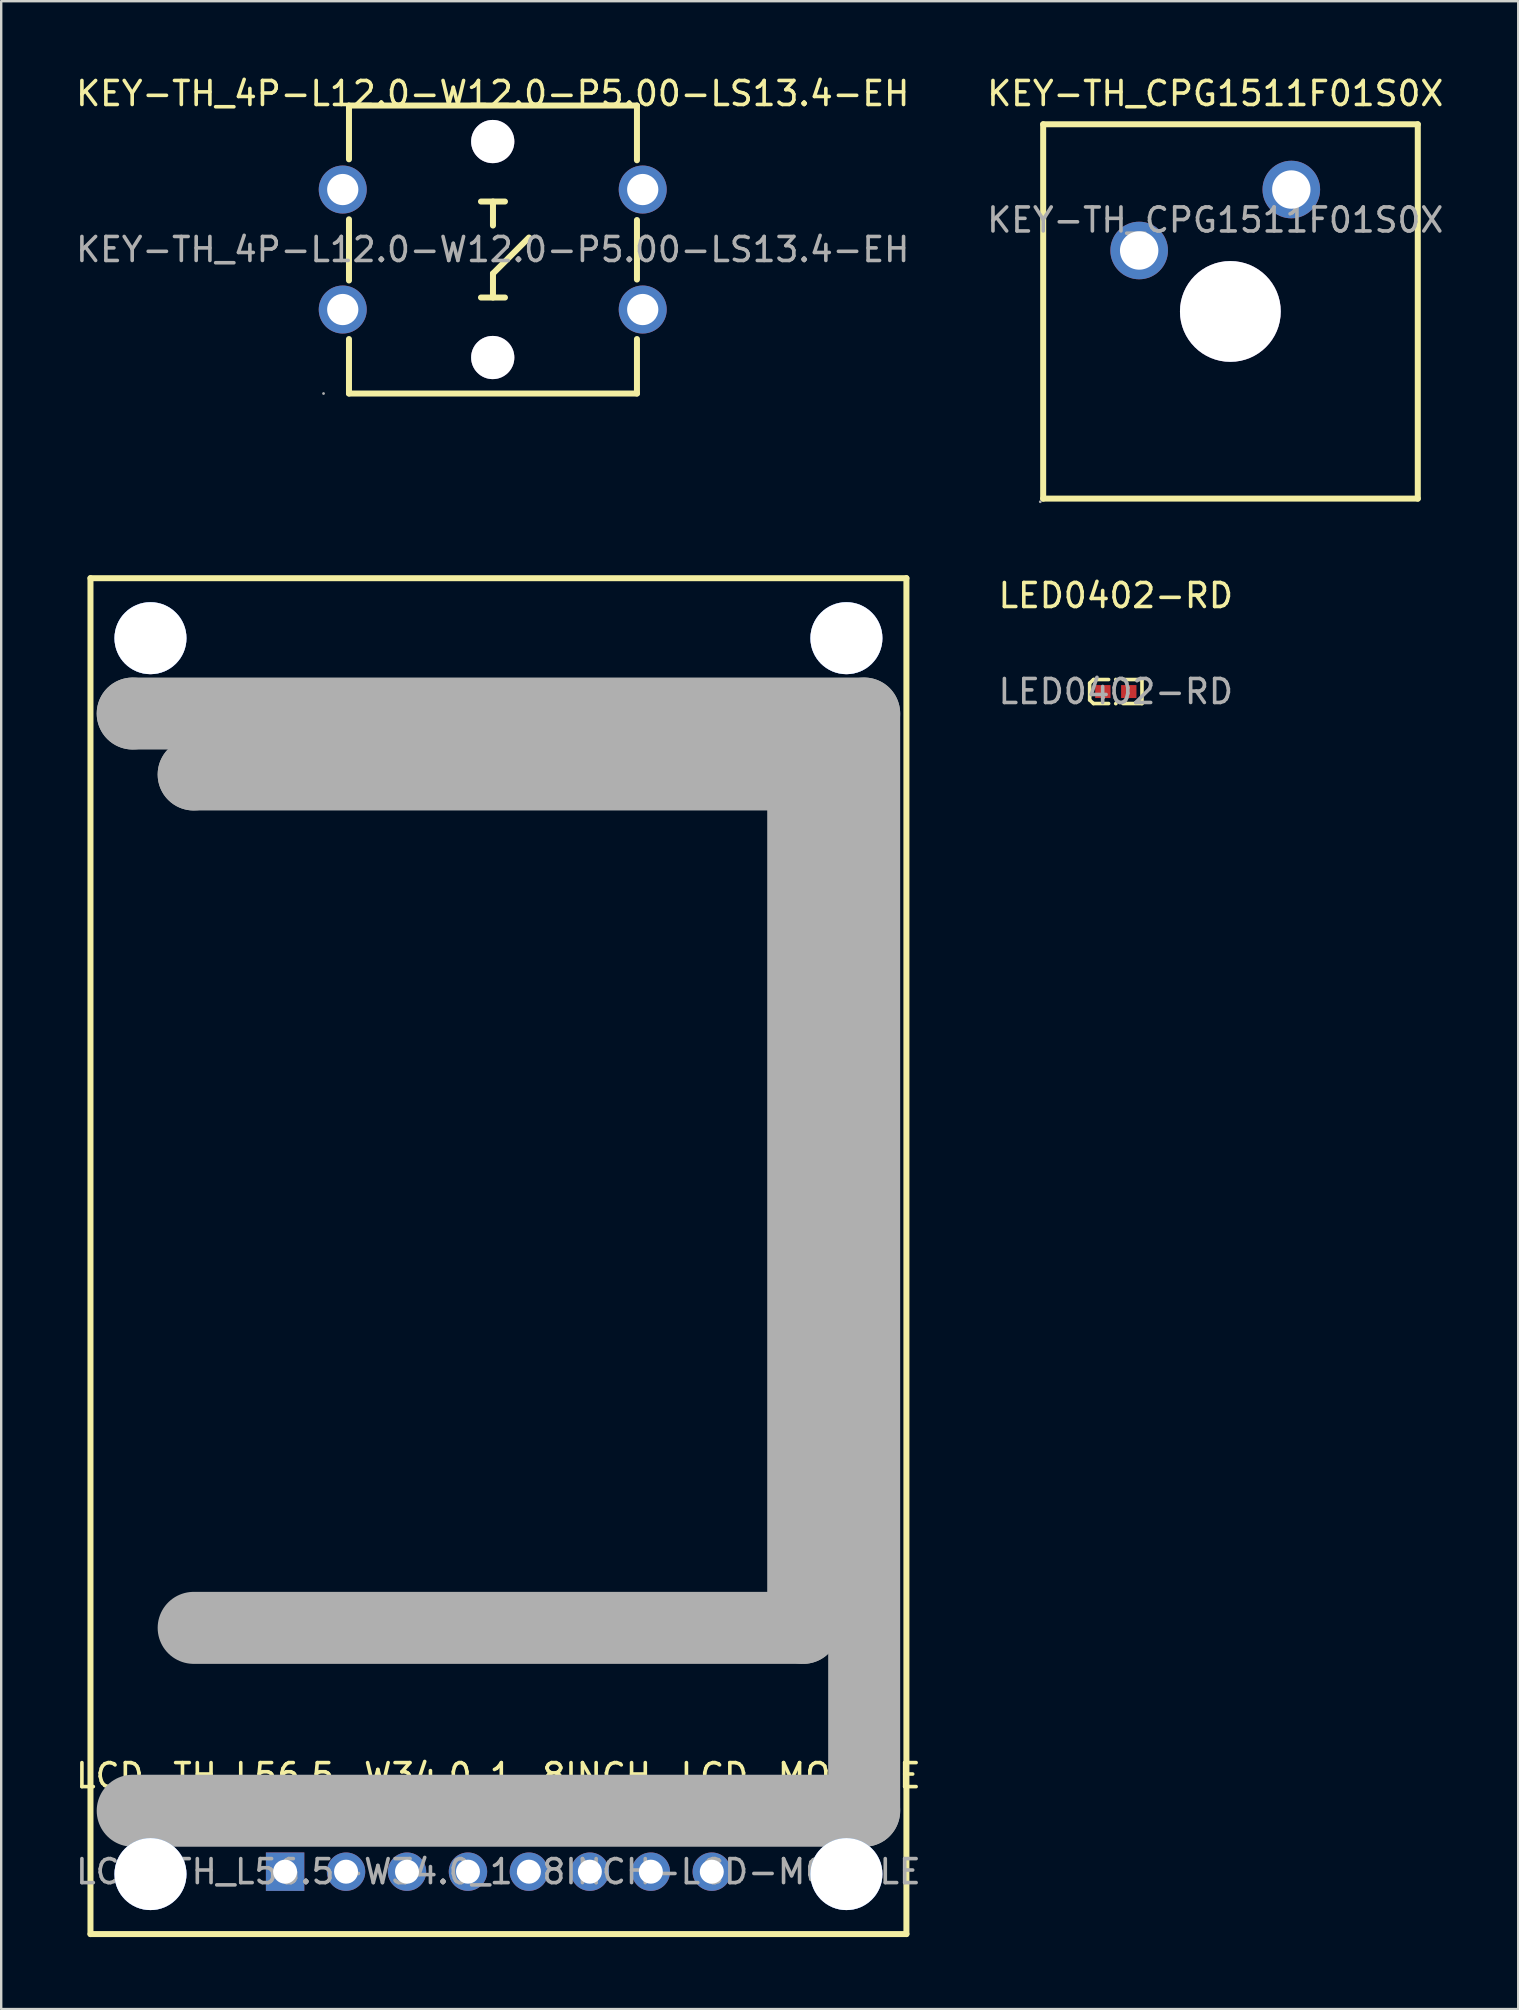
<source format=kicad_pcb>
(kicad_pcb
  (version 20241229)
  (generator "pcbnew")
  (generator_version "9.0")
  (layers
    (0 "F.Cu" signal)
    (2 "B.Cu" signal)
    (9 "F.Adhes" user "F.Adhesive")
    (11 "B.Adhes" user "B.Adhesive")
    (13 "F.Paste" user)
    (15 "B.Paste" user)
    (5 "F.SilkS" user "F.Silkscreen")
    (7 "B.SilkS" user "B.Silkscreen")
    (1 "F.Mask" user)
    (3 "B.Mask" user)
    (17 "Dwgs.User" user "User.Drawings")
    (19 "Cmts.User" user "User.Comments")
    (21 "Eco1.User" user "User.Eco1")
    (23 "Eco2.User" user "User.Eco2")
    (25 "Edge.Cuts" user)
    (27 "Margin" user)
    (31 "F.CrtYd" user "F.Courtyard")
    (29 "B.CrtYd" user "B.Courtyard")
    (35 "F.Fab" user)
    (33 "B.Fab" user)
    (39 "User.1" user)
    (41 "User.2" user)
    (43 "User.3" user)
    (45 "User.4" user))
  (footprint "LCD-TH_L56.5-W34.0_1-8INCH-LCD-MODULE"
    (layer "F.Cu")
    (at 17.72 74.943)
    (property "Reference" "LCD-TH_L56.5-W34.0_1-8INCH-LCD-MODULE" (at 0 -4 0) (layer "F.SilkS") (effects (font (size 1 1) (thickness 0.15))))
    (attr through_hole)
    (fp_line (start -17 -53.9) (end -17 2.6) (stroke (width 0.25) (type solid)) (layer "F.SilkS"))
    (fp_line (start -17 2.6) (end 17 2.6) (stroke (width 0.25) (type solid)) (layer "F.SilkS"))
    (fp_line (start 17 -53.9) (end -17 -53.9) (stroke (width 0.25) (type solid)) (layer "F.SilkS"))
    (fp_line (start 17 2.6) (end 17 -53.9) (stroke (width 0.25) (type solid)) (layer "F.SilkS"))
    (fp_circle (center -14.5 -51.4) (end -13.75 -51.4) (stroke (width 1.5) (type solid)) (fill no) (layer "Cmts.User"))
    (fp_circle (center -14.5 0.1) (end -13.75 0.1) (stroke (width 1.5) (type solid)) (fill no) (layer "Cmts.User"))
    (fp_circle (center 14.5 -51.4) (end 15.25 -51.4) (stroke (width 1.5) (type solid)) (fill no) (layer "Cmts.User"))
    (fp_circle (center 14.5 0.1) (end 15.25 0.1) (stroke (width 1.5) (type solid)) (fill no) (layer "Cmts.User"))
    (fp_line (start -15.24 -48.26) (end -15.24 -48.26) (stroke (width 3) (type solid)) (layer "F.Fab"))
    (fp_line (start -15.24 -48.26) (end 15.24 -48.26) (stroke (width 3) (type solid)) (layer "F.Fab"))
    (fp_line (start -12.7 -45.72) (end -12.7 -45.72) (stroke (width 3) (type solid)) (layer "F.Fab"))
    (fp_line (start -12.7 -45.72) (end 12.7 -45.72) (stroke (width 3) (type solid)) (layer "F.Fab"))
    (fp_line (start 12.7 -45.72) (end 12.7 -10.16) (stroke (width 3) (type solid)) (layer "F.Fab"))
    (fp_line (start 12.7 -10.16) (end -12.7 -10.16) (stroke (width 3) (type solid)) (layer "F.Fab"))
    (fp_line (start 15.24 -48.26) (end 15.24 -2.54) (stroke (width 3) (type solid)) (layer "F.Fab"))
    (fp_line (start 15.24 -2.54) (end -15.24 -2.54) (stroke (width 3) (type solid)) (layer "F.Fab"))
    (fp_text user "${REFERENCE}" (at 0 0 0) (layer "F.Fab") (effects (font (size 1 1) (thickness 0.15))))
    (pad "" thru_hole circle (at -14.5 -51.4) (size 3 3) (drill 3) (layers "*.Cu" "*.Mask"))
    (pad "" thru_hole circle (at -14.5 0.1) (size 3 3) (drill 3) (layers "*.Cu" "*.Mask"))
    (pad "" thru_hole circle (at 14.5 -51.4) (size 3 3) (drill 3) (layers "*.Cu" "*.Mask"))
    (pad "" thru_hole circle (at 14.5 0.1) (size 3 3) (drill 3) (layers "*.Cu" "*.Mask"))
    (pad "1" thru_hole rect (at -8.89 0) (size 1.6 1.6) (drill 1) (layers "*.Cu" "*.Mask"))
    (pad "2" thru_hole circle (at -6.35 0) (size 1.6 1.6) (drill 1) (layers "*.Cu" "*.Mask"))
    (pad "3" thru_hole circle (at -3.81 0) (size 1.6 1.6) (drill 1) (layers "*.Cu" "*.Mask"))
    (pad "4" thru_hole circle (at -1.27 0) (size 1.6 1.6) (drill 1) (layers "*.Cu" "*.Mask"))
    (pad "5" thru_hole circle (at 1.27 0) (size 1.6 1.6) (drill 1) (layers "*.Cu" "*.Mask"))
    (pad "6" thru_hole circle (at 3.81 0) (size 1.6 1.6) (drill 1) (layers "*.Cu" "*.Mask"))
    (pad "7" thru_hole circle (at 6.35 0) (size 1.6 1.6) (drill 1) (layers "*.Cu" "*.Mask"))
    (pad "8" thru_hole circle (at 8.89 0) (size 1.6 1.6) (drill 1) (layers "*.Cu" "*.Mask")))
  (footprint "KEY-TH_CPG1511F01S0X"
    (layer "F.Cu")
    (at 47.589 6.118)
    (property "Reference" "KEY-TH_CPG1511F01S0X" (at 0 -5.27 0) (layer "F.SilkS") (effects (font (size 1 1) (thickness 0.15))))
    (attr through_hole)
    (fp_line (start -7.17 -3.99) (end -7.17 11.61) (stroke (width 0.25) (type solid)) (layer "F.SilkS"))
    (fp_line (start -7.17 -3.99) (end 8.44 -3.99) (stroke (width 0.25) (type solid)) (layer "F.SilkS"))
    (fp_line (start -7.17 11.61) (end 8.44 11.61) (stroke (width 0.25) (type solid)) (layer "F.SilkS"))
    (fp_line (start 8.44 -3.99) (end 8.44 11.61) (stroke (width 0.25) (type solid)) (layer "F.SilkS"))
    (fp_circle (center -7.29 11.74) (end -7.26 11.74) (stroke (width 0.06) (type solid)) (fill no) (layer "F.Fab"))
    (fp_circle (center -3.17 1.27) (end -2.82 1.27) (stroke (width 0.7) (type solid)) (fill no) (layer "F.Fab"))
    (fp_circle (center 0.63 3.81) (end 1.63 3.81) (stroke (width 2) (type solid)) (fill no) (layer "F.Fab"))
    (fp_circle (center 3.17 -1.27) (end 3.52 -1.27) (stroke (width 0.7) (type solid)) (fill no) (layer "F.Fab"))
    (fp_text user "${REFERENCE}" (at 0 0 0) (layer "F.Fab") (effects (font (size 1 1) (thickness 0.15))))
    (pad "" thru_hole circle (at 0.63 3.81) (size 4.2 4.2) (drill 4.2) (layers "*.Cu" "*.Mask"))
    (pad "1" thru_hole circle (at -3.17 1.27) (size 2.4 2.4) (drill 1.6) (layers "*.Cu" "*.Mask"))
    (pad "2" thru_hole circle (at 3.17 -1.27) (size 2.4 2.4) (drill 1.6) (layers "*.Cu" "*.Mask")))
  (footprint "KEY-TH_4P-L12.0-W12.0-P5.00-LS13.4-EH"
    (layer "F.Cu")
    (at 17.482 7.348)
    (property "Reference" "KEY-TH_4P-L12.0-W12.0-P5.00-LS13.4-EH" (at 0 -6.5 0) (layer "F.SilkS") (effects (font (size 1 1) (thickness 0.15))))
    (attr through_hole)
    (fp_line (start -5.99 -6) (end 6.01 -6) (stroke (width 0.25) (type solid)) (layer "F.SilkS"))
    (fp_line (start -5.99 -3.76) (end -5.99 -6) (stroke (width 0.25) (type solid)) (layer "F.SilkS"))
    (fp_line (start -5.99 -1.26) (end -5.99 1.29) (stroke (width 0.25) (type solid)) (layer "F.SilkS"))
    (fp_line (start -5.99 6) (end -5.99 3.73) (stroke (width 0.25) (type solid)) (layer "F.SilkS"))
    (fp_line (start -0.49 -2) (end 0.51 -2) (stroke (width 0.25) (type solid)) (layer "F.SilkS"))
    (fp_line (start -0.49 2) (end 0.51 2) (stroke (width 0.25) (type solid)) (layer "F.SilkS"))
    (fp_line (start 0.01 -1) (end 0.01 -2) (stroke (width 0.25) (type solid)) (layer "F.SilkS"))
    (fp_line (start 0.01 1) (end 1.51 -0.5) (stroke (width 0.25) (type solid)) (layer "F.SilkS"))
    (fp_line (start 0.01 2) (end 0.01 1) (stroke (width 0.25) (type solid)) (layer "F.SilkS"))
    (fp_line (start 6.01 -6) (end 6.01 -3.72) (stroke (width 0.25) (type solid)) (layer "F.SilkS"))
    (fp_line (start 6.01 -1.23) (end 6.01 1.25) (stroke (width 0.25) (type solid)) (layer "F.SilkS"))
    (fp_line (start 6.01 3.73) (end 6.01 6) (stroke (width 0.25) (type solid)) (layer "F.SilkS"))
    (fp_line (start 6.01 6) (end -5.99 6) (stroke (width 0.25) (type solid)) (layer "F.SilkS"))
    (fp_circle (center 0 -4.5) (end 0.4 -4.5) (stroke (width 0.8) (type solid)) (fill no) (layer "Cmts.User"))
    (fp_circle (center 0 4.5) (end 0.4 4.5) (stroke (width 0.8) (type solid)) (fill no) (layer "Cmts.User"))
    (fp_circle (center -7.05 6) (end -7.02 6) (stroke (width 0.06) (type solid)) (fill no) (layer "F.Fab"))
    (fp_text user "${REFERENCE}" (at 0 0 0) (layer "F.Fab") (effects (font (size 1 1) (thickness 0.15))))
    (pad "" thru_hole circle (at 0 -4.5) (size 1.8 1.8) (drill 1.8) (layers "*.Cu" "*.Mask"))
    (pad "" thru_hole circle (at 0 4.5) (size 1.8 1.8) (drill 1.8) (layers "*.Cu" "*.Mask"))
    (pad "1" thru_hole circle (at 6.25 2.5) (size 2 2) (drill 1.3) (layers "*.Cu" "*.Mask"))
    (pad "2" thru_hole circle (at -6.25 2.5) (size 2 2) (drill 1.3) (layers "*.Cu" "*.Mask"))
    (pad "3" thru_hole circle (at 6.25 -2.5) (size 2 2) (drill 1.3) (layers "*.Cu" "*.Mask"))
    (pad "4" thru_hole circle (at -6.25 -2.5) (size 2 2) (drill 1.3) (layers "*.Cu" "*.Mask")))
  (footprint "LED0402-RD"
    (layer "F.Cu")
    (at 43.446 25.767)
    (property "Reference" "LED0402-RD" (at 0 -4 0) (layer "F.SilkS") (effects (font (size 1 1) (thickness 0.15))))
    (attr smd)
    (fp_line (start -1.09 -0.35) (end -0.93 -0.5) (stroke (width 0.15) (type solid)) (layer "F.SilkS"))
    (fp_line (start -1.09 0.35) (end -1.09 -0.35) (stroke (width 0.15) (type solid)) (layer "F.SilkS"))
    (fp_line (start -0.93 -0.5) (end -0.3 -0.5) (stroke (width 0.15) (type solid)) (layer "F.SilkS"))
    (fp_line (start -0.93 0.5) (end -1.09 0.35) (stroke (width 0.15) (type solid)) (layer "F.SilkS"))
    (fp_line (start -0.3 0.5) (end -0.93 0.5) (stroke (width 0.15) (type solid)) (layer "F.SilkS"))
    (fp_line (start 0.3 0.5) (end 1.09 0.5) (stroke (width 0.15) (type solid)) (layer "F.SilkS"))
    (fp_line (start 1.09 -0.5) (end 0.3 -0.5) (stroke (width 0.15) (type solid)) (layer "F.SilkS"))
    (fp_line (start 1.09 0.5) (end 1.09 -0.5) (stroke (width 0.15) (type solid)) (layer "F.SilkS"))
    (fp_circle (center 0 -0.5) (end 0.04 -0.5) (stroke (width 0.08) (type solid)) (fill no) (layer "F.SilkS"))
    (fp_circle (center 0 0.5) (end 0.04 0.5) (stroke (width 0.08) (type solid)) (fill no) (layer "F.SilkS"))
    (fp_circle (center -0.5 0.25) (end -0.47 0.25) (stroke (width 0.06) (type solid)) (fill no) (layer "F.Fab"))
    (fp_text user "${REFERENCE}" (at 0 0 0) (layer "F.Fab") (effects (font (size 1 1) (thickness 0.15))))
    (pad "1" smd rect (at -0.54 0) (size 0.64 0.54) (layers "F.Cu" "F.Mask" "F.Paste"))
    (pad "2" smd rect (at 0.54 0) (size 0.64 0.54) (layers "F.Cu" "F.Mask" "F.Paste")))
  (gr_rect
    (start -3 -3)
    (end 60.214 80.668)
    (stroke (width 0.1) (type default))
    (fill no)
    (layer "Edge.Cuts")))
</source>
